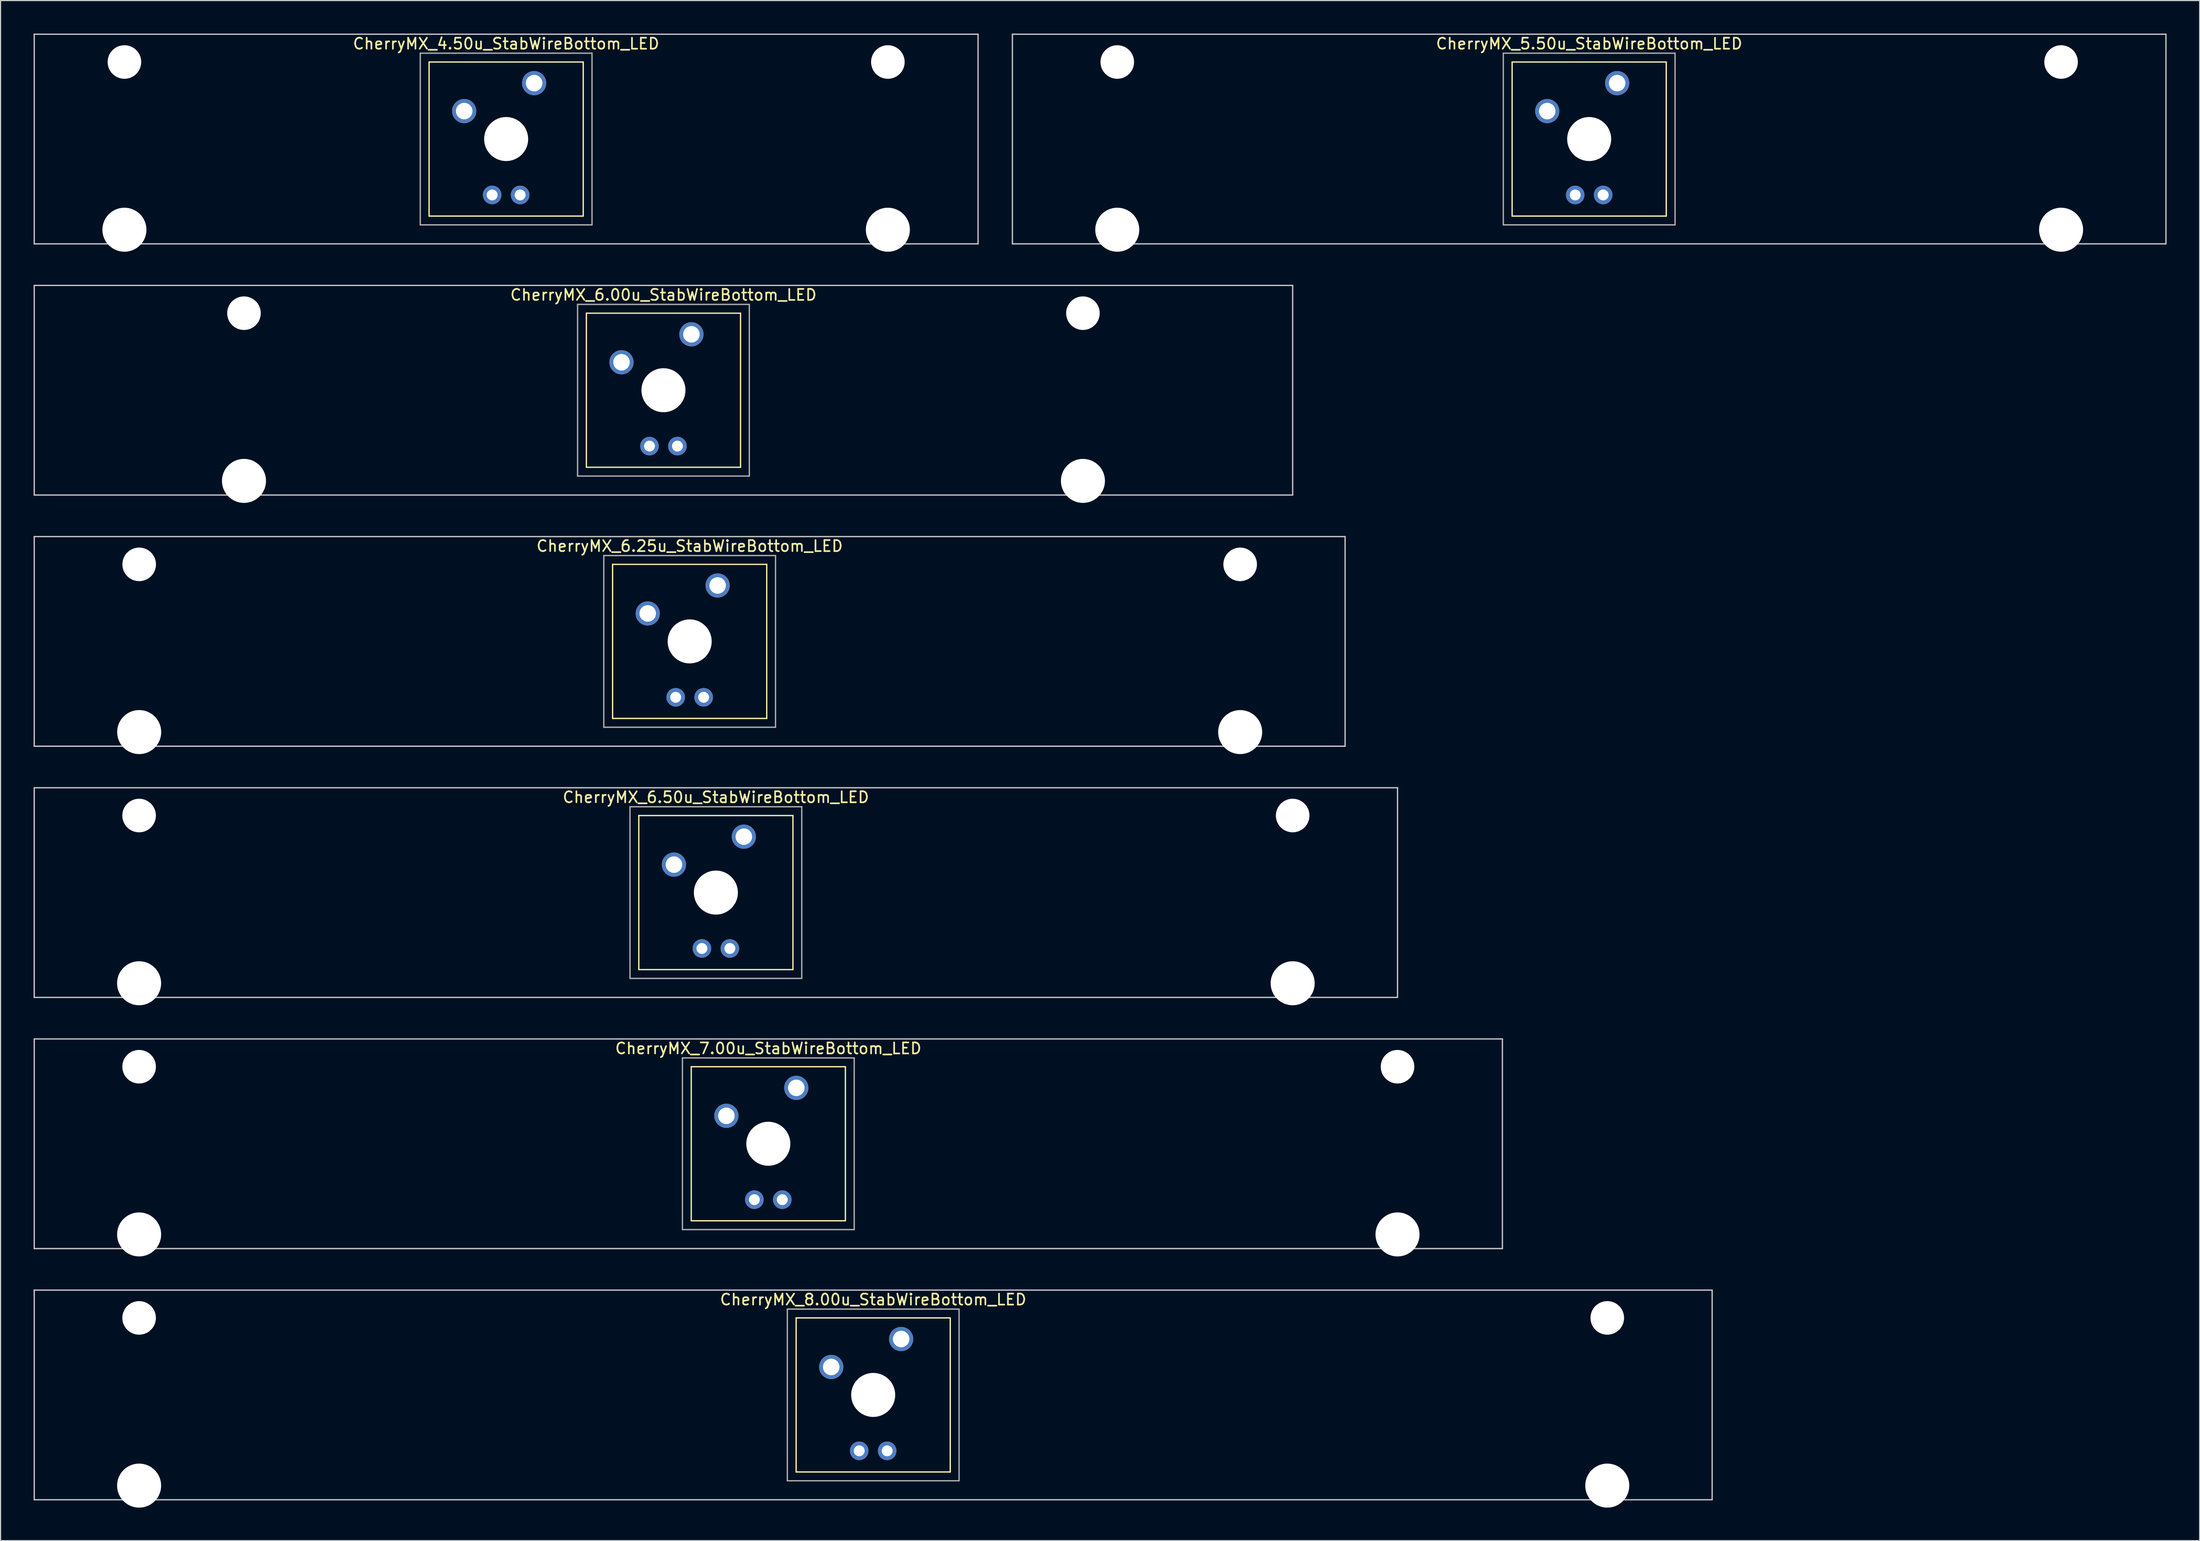
<source format=kicad_pcb>
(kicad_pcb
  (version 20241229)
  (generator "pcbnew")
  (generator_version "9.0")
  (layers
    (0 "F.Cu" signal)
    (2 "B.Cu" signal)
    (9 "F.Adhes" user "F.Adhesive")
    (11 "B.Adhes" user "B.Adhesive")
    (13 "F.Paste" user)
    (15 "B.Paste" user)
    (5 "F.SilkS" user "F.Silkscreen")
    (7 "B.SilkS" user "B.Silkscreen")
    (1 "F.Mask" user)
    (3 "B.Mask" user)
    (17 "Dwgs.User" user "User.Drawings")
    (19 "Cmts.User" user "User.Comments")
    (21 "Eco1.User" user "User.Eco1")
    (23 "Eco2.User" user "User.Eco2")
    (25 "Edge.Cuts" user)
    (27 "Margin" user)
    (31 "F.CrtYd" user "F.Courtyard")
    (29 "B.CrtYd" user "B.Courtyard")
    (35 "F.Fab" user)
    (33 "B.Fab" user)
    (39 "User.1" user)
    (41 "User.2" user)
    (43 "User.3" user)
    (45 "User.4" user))
  (footprint "CherryMX_6.50u_StabWireBottom_LED"
    (layer "F.Cu")
    (at 61.972 78.06)
    (property "Reference" "CherryMX_6.50u_StabWireBottom_LED" (at 0 -8.662 0) (layer "F.SilkS") (effects (font (size 1 1) (thickness 0.15))))
    (attr through_hole)
    (fp_line (start -7 -7) (end -7 7) (stroke (width 0.12) (type solid)) (layer "F.SilkS"))
    (fp_line (start -7 -7) (end 7 -7) (stroke (width 0.12) (type solid)) (layer "F.SilkS"))
    (fp_line (start 7 -7) (end 7 7) (stroke (width 0.12) (type solid)) (layer "F.SilkS"))
    (fp_line (start 7 7) (end -7 7) (stroke (width 0.12) (type solid)) (layer "F.SilkS"))
    (fp_line (start -61.913 -9.525) (end 61.913 -9.525) (stroke (width 0.12) (type solid)) (layer "Dwgs.User"))
    (fp_line (start -61.913 9.525) (end -61.913 -9.525) (stroke (width 0.12) (type solid)) (layer "Dwgs.User"))
    (fp_line (start 61.913 -9.525) (end 61.913 9.525) (stroke (width 0.12) (type solid)) (layer "Dwgs.User"))
    (fp_line (start 61.913 9.525) (end -61.913 9.525) (stroke (width 0.12) (type solid)) (layer "Dwgs.User"))
    (fp_line (start -7.8 -7.8) (end -7.8 7.8) (stroke (width 0.12) (type solid)) (layer "F.Fab"))
    (fp_line (start -7.8 -7.8) (end 7.8 -7.8) (stroke (width 0.12) (type solid)) (layer "F.Fab"))
    (fp_line (start -7.8 7.8) (end 7.8 7.8) (stroke (width 0.12) (type solid)) (layer "F.Fab"))
    (fp_line (start 7.8 -7.8) (end 7.8 7.8) (stroke (width 0.12) (type solid)) (layer "F.Fab"))
    (pad "" np_thru_hole circle (at -52.388 -7) (size 3.05 3.05) (drill 3.05) (layers "*.Cu" "*.Mask"))
    (pad "" np_thru_hole circle (at -52.388 8.24) (size 4 4) (drill 4) (layers "*.Cu" "*.Mask"))
    (pad "" np_thru_hole circle (at 0 0) (size 4 4) (drill 4) (layers "*.Cu" "*.Mask"))
    (pad "" np_thru_hole circle (at 52.388 -7) (size 3.05 3.05) (drill 3.05) (layers "*.Cu" "*.Mask"))
    (pad "" np_thru_hole circle (at 52.388 8.24) (size 4 4) (drill 4) (layers "*.Cu" "*.Mask"))
    (pad "1" thru_hole circle (at -3.81 -2.54) (size 2.2 2.2) (drill 1.5) (layers "*.Cu" "*.Mask"))
    (pad "2" thru_hole circle (at 2.54 -5.08) (size 2.2 2.2) (drill 1.5) (layers "*.Cu" "*.Mask"))
    (pad "3" thru_hole circle (at -1.27 5.08) (size 1.691 1.691) (drill 0.991) (layers "*.Cu" "*.Mask"))
    (pad "4" thru_hole circle (at 1.27 5.08) (size 1.691 1.691) (drill 0.991) (layers "*.Cu" "*.Mask")))
  (footprint "CherryMX_8.00u_StabWireBottom_LED"
    (layer "F.Cu")
    (at 76.26 123.71)
    (property "Reference" "CherryMX_8.00u_StabWireBottom_LED" (at 0 -8.662 0) (layer "F.SilkS") (effects (font (size 1 1) (thickness 0.15))))
    (attr through_hole)
    (fp_line (start -7 -7) (end -7 7) (stroke (width 0.12) (type solid)) (layer "F.SilkS"))
    (fp_line (start -7 -7) (end 7 -7) (stroke (width 0.12) (type solid)) (layer "F.SilkS"))
    (fp_line (start 7 -7) (end 7 7) (stroke (width 0.12) (type solid)) (layer "F.SilkS"))
    (fp_line (start 7 7) (end -7 7) (stroke (width 0.12) (type solid)) (layer "F.SilkS"))
    (fp_line (start -76.2 -9.525) (end 76.2 -9.525) (stroke (width 0.12) (type solid)) (layer "Dwgs.User"))
    (fp_line (start -76.2 9.525) (end -76.2 -9.525) (stroke (width 0.12) (type solid)) (layer "Dwgs.User"))
    (fp_line (start 76.2 -9.525) (end 76.2 9.525) (stroke (width 0.12) (type solid)) (layer "Dwgs.User"))
    (fp_line (start 76.2 9.525) (end -76.2 9.525) (stroke (width 0.12) (type solid)) (layer "Dwgs.User"))
    (fp_line (start -7.8 -7.8) (end -7.8 7.8) (stroke (width 0.12) (type solid)) (layer "F.Fab"))
    (fp_line (start -7.8 -7.8) (end 7.8 -7.8) (stroke (width 0.12) (type solid)) (layer "F.Fab"))
    (fp_line (start -7.8 7.8) (end 7.8 7.8) (stroke (width 0.12) (type solid)) (layer "F.Fab"))
    (fp_line (start 7.8 -7.8) (end 7.8 7.8) (stroke (width 0.12) (type solid)) (layer "F.Fab"))
    (pad "" np_thru_hole circle (at -66.675 -7) (size 3.05 3.05) (drill 3.05) (layers "*.Cu" "*.Mask"))
    (pad "" np_thru_hole circle (at -66.675 8.24) (size 4 4) (drill 4) (layers "*.Cu" "*.Mask"))
    (pad "" np_thru_hole circle (at 0 0) (size 4 4) (drill 4) (layers "*.Cu" "*.Mask"))
    (pad "" np_thru_hole circle (at 66.675 -7) (size 3.05 3.05) (drill 3.05) (layers "*.Cu" "*.Mask"))
    (pad "" np_thru_hole circle (at 66.675 8.24) (size 4 4) (drill 4) (layers "*.Cu" "*.Mask"))
    (pad "1" thru_hole circle (at -3.81 -2.54) (size 2.2 2.2) (drill 1.5) (layers "*.Cu" "*.Mask"))
    (pad "2" thru_hole circle (at 2.54 -5.08) (size 2.2 2.2) (drill 1.5) (layers "*.Cu" "*.Mask"))
    (pad "3" thru_hole circle (at -1.27 5.08) (size 1.691 1.691) (drill 0.991) (layers "*.Cu" "*.Mask"))
    (pad "4" thru_hole circle (at 1.27 5.08) (size 1.691 1.691) (drill 0.991) (layers "*.Cu" "*.Mask")))
  (footprint "CherryMX_6.00u_StabWireBottom_LED"
    (layer "F.Cu")
    (at 57.21 32.41)
    (property "Reference" "CherryMX_6.00u_StabWireBottom_LED" (at 0 -8.662 0) (layer "F.SilkS") (effects (font (size 1 1) (thickness 0.15))))
    (attr through_hole)
    (fp_line (start -7 -7) (end -7 7) (stroke (width 0.12) (type solid)) (layer "F.SilkS"))
    (fp_line (start -7 -7) (end 7 -7) (stroke (width 0.12) (type solid)) (layer "F.SilkS"))
    (fp_line (start 7 -7) (end 7 7) (stroke (width 0.12) (type solid)) (layer "F.SilkS"))
    (fp_line (start 7 7) (end -7 7) (stroke (width 0.12) (type solid)) (layer "F.SilkS"))
    (fp_line (start -57.15 -9.525) (end 57.15 -9.525) (stroke (width 0.12) (type solid)) (layer "Dwgs.User"))
    (fp_line (start -57.15 9.525) (end -57.15 -9.525) (stroke (width 0.12) (type solid)) (layer "Dwgs.User"))
    (fp_line (start 57.15 -9.525) (end 57.15 9.525) (stroke (width 0.12) (type solid)) (layer "Dwgs.User"))
    (fp_line (start 57.15 9.525) (end -57.15 9.525) (stroke (width 0.12) (type solid)) (layer "Dwgs.User"))
    (fp_line (start -7.8 -7.8) (end -7.8 7.8) (stroke (width 0.12) (type solid)) (layer "F.Fab"))
    (fp_line (start -7.8 -7.8) (end 7.8 -7.8) (stroke (width 0.12) (type solid)) (layer "F.Fab"))
    (fp_line (start -7.8 7.8) (end 7.8 7.8) (stroke (width 0.12) (type solid)) (layer "F.Fab"))
    (fp_line (start 7.8 -7.8) (end 7.8 7.8) (stroke (width 0.12) (type solid)) (layer "F.Fab"))
    (pad "" np_thru_hole circle (at -38.1 -7) (size 3.05 3.05) (drill 3.05) (layers "*.Cu" "*.Mask"))
    (pad "" np_thru_hole circle (at -38.1 8.24) (size 4 4) (drill 4) (layers "*.Cu" "*.Mask"))
    (pad "" np_thru_hole circle (at 0 0) (size 4 4) (drill 4) (layers "*.Cu" "*.Mask"))
    (pad "" np_thru_hole circle (at 38.1 -7) (size 3.05 3.05) (drill 3.05) (layers "*.Cu" "*.Mask"))
    (pad "" np_thru_hole circle (at 38.1 8.24) (size 4 4) (drill 4) (layers "*.Cu" "*.Mask"))
    (pad "1" thru_hole circle (at -3.81 -2.54) (size 2.2 2.2) (drill 1.5) (layers "*.Cu" "*.Mask"))
    (pad "2" thru_hole circle (at 2.54 -5.08) (size 2.2 2.2) (drill 1.5) (layers "*.Cu" "*.Mask"))
    (pad "3" thru_hole circle (at -1.27 5.08) (size 1.691 1.691) (drill 0.991) (layers "*.Cu" "*.Mask"))
    (pad "4" thru_hole circle (at 1.27 5.08) (size 1.691 1.691) (drill 0.991) (layers "*.Cu" "*.Mask")))
  (footprint "CherryMX_6.25u_StabWireBottom_LED"
    (layer "F.Cu")
    (at 59.591 55.235)
    (property "Reference" "CherryMX_6.25u_StabWireBottom_LED" (at 0 -8.662 0) (layer "F.SilkS") (effects (font (size 1 1) (thickness 0.15))))
    (attr through_hole)
    (fp_line (start -7 -7) (end -7 7) (stroke (width 0.12) (type solid)) (layer "F.SilkS"))
    (fp_line (start -7 -7) (end 7 -7) (stroke (width 0.12) (type solid)) (layer "F.SilkS"))
    (fp_line (start 7 -7) (end 7 7) (stroke (width 0.12) (type solid)) (layer "F.SilkS"))
    (fp_line (start 7 7) (end -7 7) (stroke (width 0.12) (type solid)) (layer "F.SilkS"))
    (fp_line (start -59.531 -9.525) (end 59.531 -9.525) (stroke (width 0.12) (type solid)) (layer "Dwgs.User"))
    (fp_line (start -59.531 9.525) (end -59.531 -9.525) (stroke (width 0.12) (type solid)) (layer "Dwgs.User"))
    (fp_line (start 59.531 -9.525) (end 59.531 9.525) (stroke (width 0.12) (type solid)) (layer "Dwgs.User"))
    (fp_line (start 59.531 9.525) (end -59.531 9.525) (stroke (width 0.12) (type solid)) (layer "Dwgs.User"))
    (fp_line (start -7.8 -7.8) (end -7.8 7.8) (stroke (width 0.12) (type solid)) (layer "F.Fab"))
    (fp_line (start -7.8 -7.8) (end 7.8 -7.8) (stroke (width 0.12) (type solid)) (layer "F.Fab"))
    (fp_line (start -7.8 7.8) (end 7.8 7.8) (stroke (width 0.12) (type solid)) (layer "F.Fab"))
    (fp_line (start 7.8 -7.8) (end 7.8 7.8) (stroke (width 0.12) (type solid)) (layer "F.Fab"))
    (pad "" np_thru_hole circle (at -50 -7) (size 3.05 3.05) (drill 3.05) (layers "*.Cu" "*.Mask"))
    (pad "" np_thru_hole circle (at -50 8.24) (size 4 4) (drill 4) (layers "*.Cu" "*.Mask"))
    (pad "" np_thru_hole circle (at 0 0) (size 4 4) (drill 4) (layers "*.Cu" "*.Mask"))
    (pad "" np_thru_hole circle (at 50 -7) (size 3.05 3.05) (drill 3.05) (layers "*.Cu" "*.Mask"))
    (pad "" np_thru_hole circle (at 50 8.24) (size 4 4) (drill 4) (layers "*.Cu" "*.Mask"))
    (pad "1" thru_hole circle (at -3.81 -2.54) (size 2.2 2.2) (drill 1.5) (layers "*.Cu" "*.Mask"))
    (pad "2" thru_hole circle (at 2.54 -5.08) (size 2.2 2.2) (drill 1.5) (layers "*.Cu" "*.Mask"))
    (pad "3" thru_hole circle (at -1.27 5.08) (size 1.691 1.691) (drill 0.991) (layers "*.Cu" "*.Mask"))
    (pad "4" thru_hole circle (at 1.27 5.08) (size 1.691 1.691) (drill 0.991) (layers "*.Cu" "*.Mask")))
  (footprint "CherryMX_4.50u_StabWireBottom_LED"
    (layer "F.Cu")
    (at 42.922 9.585)
    (property "Reference" "CherryMX_4.50u_StabWireBottom_LED" (at 0 -8.662 0) (layer "F.SilkS") (effects (font (size 1 1) (thickness 0.15))))
    (attr through_hole)
    (fp_line (start -7 -7) (end -7 7) (stroke (width 0.12) (type solid)) (layer "F.SilkS"))
    (fp_line (start -7 -7) (end 7 -7) (stroke (width 0.12) (type solid)) (layer "F.SilkS"))
    (fp_line (start 7 -7) (end 7 7) (stroke (width 0.12) (type solid)) (layer "F.SilkS"))
    (fp_line (start 7 7) (end -7 7) (stroke (width 0.12) (type solid)) (layer "F.SilkS"))
    (fp_line (start -42.862 -9.525) (end 42.862 -9.525) (stroke (width 0.12) (type solid)) (layer "Dwgs.User"))
    (fp_line (start -42.862 9.525) (end -42.862 -9.525) (stroke (width 0.12) (type solid)) (layer "Dwgs.User"))
    (fp_line (start 42.862 -9.525) (end 42.862 9.525) (stroke (width 0.12) (type solid)) (layer "Dwgs.User"))
    (fp_line (start 42.862 9.525) (end -42.862 9.525) (stroke (width 0.12) (type solid)) (layer "Dwgs.User"))
    (fp_line (start -7.8 -7.8) (end -7.8 7.8) (stroke (width 0.12) (type solid)) (layer "F.Fab"))
    (fp_line (start -7.8 -7.8) (end 7.8 -7.8) (stroke (width 0.12) (type solid)) (layer "F.Fab"))
    (fp_line (start -7.8 7.8) (end 7.8 7.8) (stroke (width 0.12) (type solid)) (layer "F.Fab"))
    (fp_line (start 7.8 -7.8) (end 7.8 7.8) (stroke (width 0.12) (type solid)) (layer "F.Fab"))
    (pad "" np_thru_hole circle (at -34.671 -7) (size 3.05 3.05) (drill 3.05) (layers "*.Cu" "*.Mask"))
    (pad "" np_thru_hole circle (at -34.671 8.24) (size 4 4) (drill 4) (layers "*.Cu" "*.Mask"))
    (pad "" np_thru_hole circle (at 0 0) (size 4 4) (drill 4) (layers "*.Cu" "*.Mask"))
    (pad "" np_thru_hole circle (at 34.671 -7) (size 3.05 3.05) (drill 3.05) (layers "*.Cu" "*.Mask"))
    (pad "" np_thru_hole circle (at 34.671 8.24) (size 4 4) (drill 4) (layers "*.Cu" "*.Mask"))
    (pad "1" thru_hole circle (at -3.81 -2.54) (size 2.2 2.2) (drill 1.5) (layers "*.Cu" "*.Mask"))
    (pad "2" thru_hole circle (at 2.54 -5.08) (size 2.2 2.2) (drill 1.5) (layers "*.Cu" "*.Mask"))
    (pad "3" thru_hole circle (at -1.27 5.08) (size 1.691 1.691) (drill 0.991) (layers "*.Cu" "*.Mask"))
    (pad "4" thru_hole circle (at 1.27 5.08) (size 1.691 1.691) (drill 0.991) (layers "*.Cu" "*.Mask")))
  (footprint "CherryMX_7.00u_StabWireBottom_LED"
    (layer "F.Cu")
    (at 66.735 100.885)
    (property "Reference" "CherryMX_7.00u_StabWireBottom_LED" (at 0 -8.662 0) (layer "F.SilkS") (effects (font (size 1 1) (thickness 0.15))))
    (attr through_hole)
    (fp_line (start -7 -7) (end -7 7) (stroke (width 0.12) (type solid)) (layer "F.SilkS"))
    (fp_line (start -7 -7) (end 7 -7) (stroke (width 0.12) (type solid)) (layer "F.SilkS"))
    (fp_line (start 7 -7) (end 7 7) (stroke (width 0.12) (type solid)) (layer "F.SilkS"))
    (fp_line (start 7 7) (end -7 7) (stroke (width 0.12) (type solid)) (layer "F.SilkS"))
    (fp_line (start -66.675 -9.525) (end 66.675 -9.525) (stroke (width 0.12) (type solid)) (layer "Dwgs.User"))
    (fp_line (start -66.675 9.525) (end -66.675 -9.525) (stroke (width 0.12) (type solid)) (layer "Dwgs.User"))
    (fp_line (start 66.675 -9.525) (end 66.675 9.525) (stroke (width 0.12) (type solid)) (layer "Dwgs.User"))
    (fp_line (start 66.675 9.525) (end -66.675 9.525) (stroke (width 0.12) (type solid)) (layer "Dwgs.User"))
    (fp_line (start -7.8 -7.8) (end -7.8 7.8) (stroke (width 0.12) (type solid)) (layer "F.Fab"))
    (fp_line (start -7.8 -7.8) (end 7.8 -7.8) (stroke (width 0.12) (type solid)) (layer "F.Fab"))
    (fp_line (start -7.8 7.8) (end 7.8 7.8) (stroke (width 0.12) (type solid)) (layer "F.Fab"))
    (fp_line (start 7.8 -7.8) (end 7.8 7.8) (stroke (width 0.12) (type solid)) (layer "F.Fab"))
    (pad "" np_thru_hole circle (at -57.15 -7) (size 3.05 3.05) (drill 3.05) (layers "*.Cu" "*.Mask"))
    (pad "" np_thru_hole circle (at -57.15 8.24) (size 4 4) (drill 4) (layers "*.Cu" "*.Mask"))
    (pad "" np_thru_hole circle (at 0 0) (size 4 4) (drill 4) (layers "*.Cu" "*.Mask"))
    (pad "" np_thru_hole circle (at 57.15 -7) (size 3.05 3.05) (drill 3.05) (layers "*.Cu" "*.Mask"))
    (pad "" np_thru_hole circle (at 57.15 8.24) (size 4 4) (drill 4) (layers "*.Cu" "*.Mask"))
    (pad "1" thru_hole circle (at -3.81 -2.54) (size 2.2 2.2) (drill 1.5) (layers "*.Cu" "*.Mask"))
    (pad "2" thru_hole circle (at 2.54 -5.08) (size 2.2 2.2) (drill 1.5) (layers "*.Cu" "*.Mask"))
    (pad "3" thru_hole circle (at -1.27 5.08) (size 1.691 1.691) (drill 0.991) (layers "*.Cu" "*.Mask"))
    (pad "4" thru_hole circle (at 1.27 5.08) (size 1.691 1.691) (drill 0.991) (layers "*.Cu" "*.Mask")))
  (footprint "CherryMX_5.50u_StabWireBottom_LED"
    (layer "F.Cu")
    (at 141.292 9.585)
    (property "Reference" "CherryMX_5.50u_StabWireBottom_LED" (at 0 -8.662 0) (layer "F.SilkS") (effects (font (size 1 1) (thickness 0.15))))
    (attr through_hole)
    (fp_line (start -7 -7) (end -7 7) (stroke (width 0.12) (type solid)) (layer "F.SilkS"))
    (fp_line (start -7 -7) (end 7 -7) (stroke (width 0.12) (type solid)) (layer "F.SilkS"))
    (fp_line (start 7 -7) (end 7 7) (stroke (width 0.12) (type solid)) (layer "F.SilkS"))
    (fp_line (start 7 7) (end -7 7) (stroke (width 0.12) (type solid)) (layer "F.SilkS"))
    (fp_line (start -52.388 -9.525) (end 52.388 -9.525) (stroke (width 0.12) (type solid)) (layer "Dwgs.User"))
    (fp_line (start -52.388 9.525) (end -52.388 -9.525) (stroke (width 0.12) (type solid)) (layer "Dwgs.User"))
    (fp_line (start 52.388 -9.525) (end 52.388 9.525) (stroke (width 0.12) (type solid)) (layer "Dwgs.User"))
    (fp_line (start 52.388 9.525) (end -52.388 9.525) (stroke (width 0.12) (type solid)) (layer "Dwgs.User"))
    (fp_line (start -7.8 -7.8) (end -7.8 7.8) (stroke (width 0.12) (type solid)) (layer "F.Fab"))
    (fp_line (start -7.8 -7.8) (end 7.8 -7.8) (stroke (width 0.12) (type solid)) (layer "F.Fab"))
    (fp_line (start -7.8 7.8) (end 7.8 7.8) (stroke (width 0.12) (type solid)) (layer "F.Fab"))
    (fp_line (start 7.8 -7.8) (end 7.8 7.8) (stroke (width 0.12) (type solid)) (layer "F.Fab"))
    (pad "" np_thru_hole circle (at -42.862 -7) (size 3.05 3.05) (drill 3.05) (layers "*.Cu" "*.Mask"))
    (pad "" np_thru_hole circle (at -42.862 8.24) (size 4 4) (drill 4) (layers "*.Cu" "*.Mask"))
    (pad "" np_thru_hole circle (at 0 0) (size 4 4) (drill 4) (layers "*.Cu" "*.Mask"))
    (pad "" np_thru_hole circle (at 42.862 -7) (size 3.05 3.05) (drill 3.05) (layers "*.Cu" "*.Mask"))
    (pad "" np_thru_hole circle (at 42.862 8.24) (size 4 4) (drill 4) (layers "*.Cu" "*.Mask"))
    (pad "1" thru_hole circle (at -3.81 -2.54) (size 2.2 2.2) (drill 1.5) (layers "*.Cu" "*.Mask"))
    (pad "2" thru_hole circle (at 2.54 -5.08) (size 2.2 2.2) (drill 1.5) (layers "*.Cu" "*.Mask"))
    (pad "3" thru_hole circle (at -1.27 5.08) (size 1.691 1.691) (drill 0.991) (layers "*.Cu" "*.Mask"))
    (pad "4" thru_hole circle (at 1.27 5.08) (size 1.691 1.691) (drill 0.991) (layers "*.Cu" "*.Mask")))
  (gr_rect
    (start -3 -3)
    (end 196.74 136.95)
    (stroke (width 0.1) (type default))
    (fill no)
    (layer "Edge.Cuts")))
</source>
